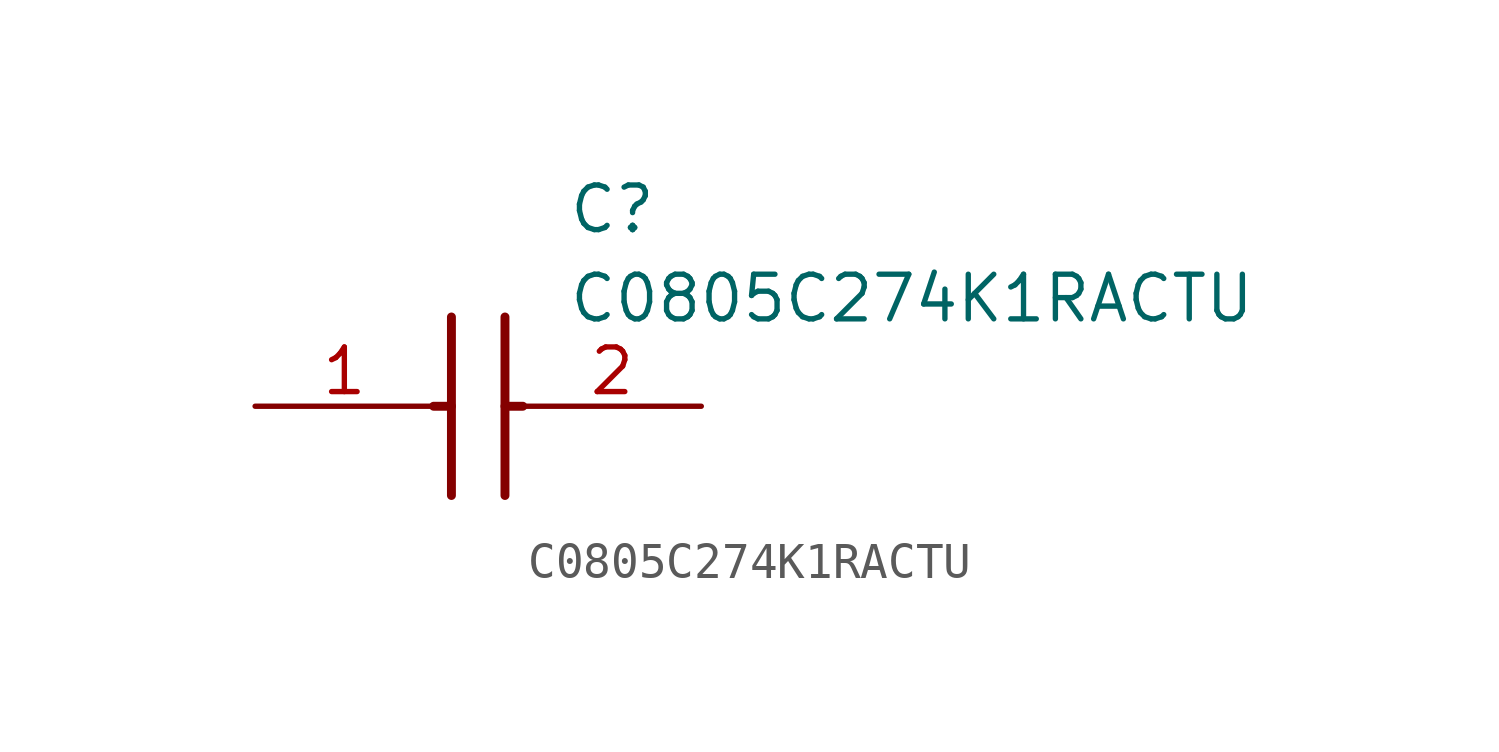
<source format=kicad_sym>
(kicad_symbol_lib
  (version 20211014)
  (generator SamacSys_ECAD_Model)
  (symbol "C0805C274K1RACTU"
    (pin_names hide)
    (property "Reference" "C"
      (at 8.89 6.35 0)
      (effects (font (size 1.27 1.27)) (justify left top)))
    (property "Value" "C0805C274K1RACTU"
      (at 8.89 3.81 0)
      (effects (font (size 1.27 1.27)) (justify left top)))
    (polyline
      (pts (xy 5.588 2.54) (xy 5.588 -2.54))
      (stroke (width 0.254) (type default))
      (fill (type none)))
    (polyline
      (pts (xy 7.112 2.54) (xy 7.112 -2.54))
      (stroke (width 0.254) (type default))
      (fill (type none)))
    (polyline
      (pts (xy 5.08 0) (xy 5.588 0))
      (stroke (width 0.254) (type default))
      (fill (type none)))
    (polyline
      (pts (xy 7.112 0) (xy 7.62 0))
      (stroke (width 0.254) (type default))
      (fill (type none)))
    (pin passive line
      (at 0 0 0)
      (length 5.08)
      (name "1" (effects (font (size 1.27 1.27))))
      (number "1" (effects (font (size 1.27 1.27)))))
    (pin passive line
      (at 12.7 0 180)
      (length 5.08)
      (name "2" (effects (font (size 1.27 1.27))))
      (number "2" (effects (font (size 1.27 1.27)))))))
</source>
